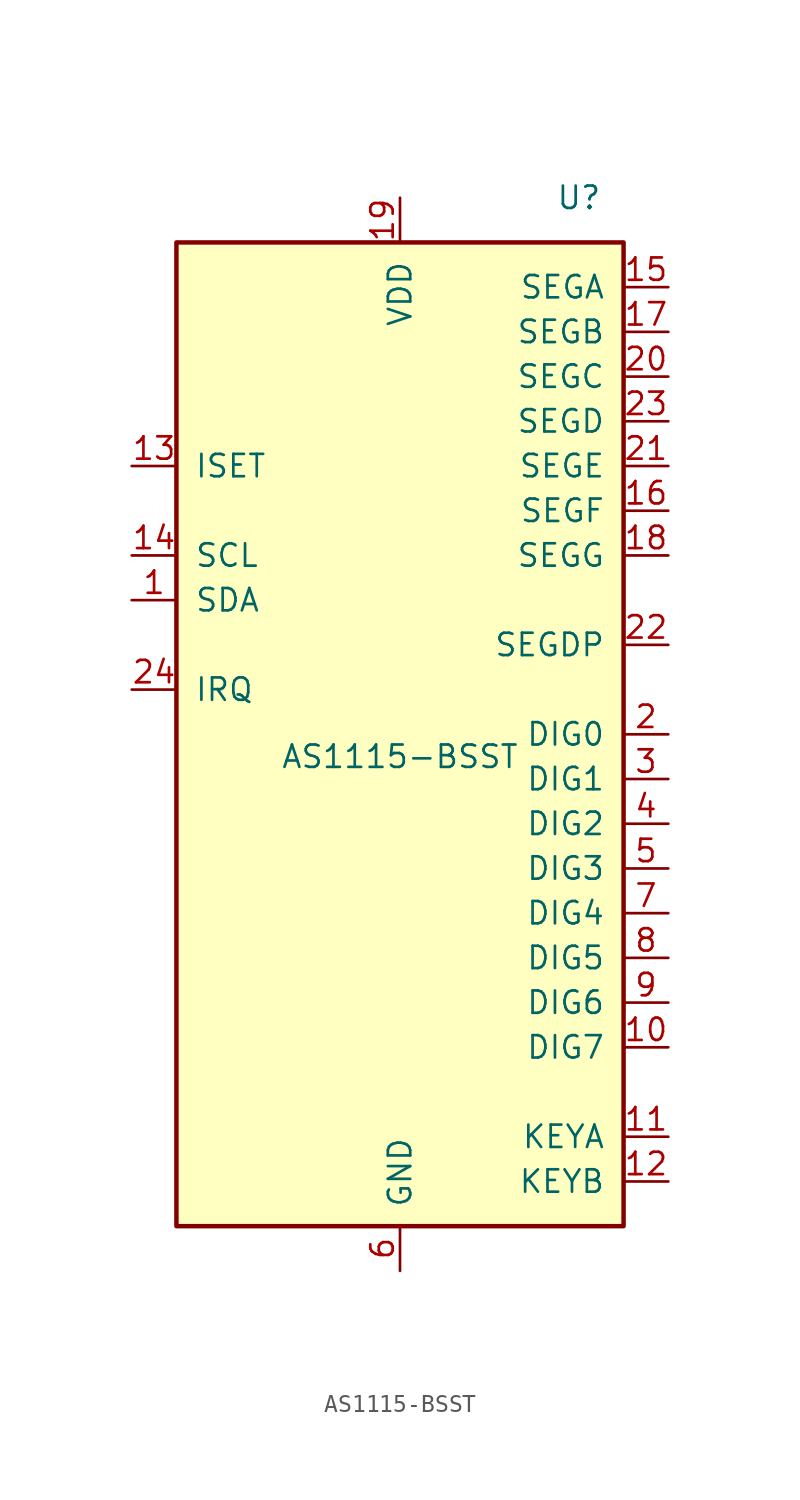
<source format=kicad_sym>
(kicad_symbol_lib
  (version 20211014)
  (generator kicad_symbol_editor)
  (symbol "AS1115-BSST"
    (pin_names
      (offset 1.016))
    (property "Reference" "U"
      (at 10.16 30.48 0)
      (effects (font (size 1.27 1.27))))
    (property "Value" "AS1115-BSST"
      (at 0 -1.27 0)
      (effects (font (size 1.27 1.27))))
    (symbol "AS1115-BSST_1_1"
      (rectangle (start -12.7 27.94) (end 12.7 -27.94) (stroke (width 0.254) (type default) (color 0 0 0 0)) (fill (type background)))
      (pin bidirectional line (at -15.24 7.62 0) (length 2.54) (name "SDA" (effects (font (size 1.27 1.27)))) (number "1" (effects (font (size 1.27 1.27)))))
      (pin open_collector line (at 15.24 -17.78 180) (length 2.54) (name "DIG7" (effects (font (size 1.27 1.27)))) (number "10" (effects (font (size 1.27 1.27)))))
      (pin open_collector line (at 15.24 -22.86 180) (length 2.54) (name "KEYA" (effects (font (size 1.27 1.27)))) (number "11" (effects (font (size 1.27 1.27)))))
      (pin open_collector line (at 15.24 -25.4 180) (length 2.54) (name "KEYB" (effects (font (size 1.27 1.27)))) (number "12" (effects (font (size 1.27 1.27)))))
      (pin passive line (at -15.24 15.24 0) (length 2.54) (name "ISET" (effects (font (size 1.27 1.27)))) (number "13" (effects (font (size 1.27 1.27)))))
      (pin input line (at -15.24 10.16 0) (length 2.54) (name "SCL" (effects (font (size 1.27 1.27)))) (number "14" (effects (font (size 1.27 1.27)))))
      (pin output line (at 15.24 25.4 180) (length 2.54) (name "SEGA" (effects (font (size 1.27 1.27)))) (number "15" (effects (font (size 1.27 1.27)))))
      (pin output line (at 15.24 12.7 180) (length 2.54) (name "SEGF" (effects (font (size 1.27 1.27)))) (number "16" (effects (font (size 1.27 1.27)))))
      (pin output line (at 15.24 22.86 180) (length 2.54) (name "SEGB" (effects (font (size 1.27 1.27)))) (number "17" (effects (font (size 1.27 1.27)))))
      (pin output line (at 15.24 10.16 180) (length 2.54) (name "SEGG" (effects (font (size 1.27 1.27)))) (number "18" (effects (font (size 1.27 1.27)))))
      (pin power_in line (at 0 30.48 270) (length 2.54) (name "VDD" (effects (font (size 1.27 1.27)))) (number "19" (effects (font (size 1.27 1.27)))))
      (pin open_collector line (at 15.24 0 180) (length 2.54) (name "DIG0" (effects (font (size 1.27 1.27)))) (number "2" (effects (font (size 1.27 1.27)))))
      (pin output line (at 15.24 20.32 180) (length 2.54) (name "SEGC" (effects (font (size 1.27 1.27)))) (number "20" (effects (font (size 1.27 1.27)))))
      (pin output line (at 15.24 15.24 180) (length 2.54) (name "SEGE" (effects (font (size 1.27 1.27)))) (number "21" (effects (font (size 1.27 1.27)))))
      (pin output line (at 15.24 5.08 180) (length 2.54) (name "SEGDP" (effects (font (size 1.27 1.27)))) (number "22" (effects (font (size 1.27 1.27)))))
      (pin output line (at 15.24 17.78 180) (length 2.54) (name "SEGD" (effects (font (size 1.27 1.27)))) (number "23" (effects (font (size 1.27 1.27)))))
      (pin open_collector line (at -15.24 2.54 0) (length 2.54) (name "IRQ" (effects (font (size 1.27 1.27)))) (number "24" (effects (font (size 1.27 1.27)))))
      (pin open_collector line (at 15.24 -2.54 180) (length 2.54) (name "DIG1" (effects (font (size 1.27 1.27)))) (number "3" (effects (font (size 1.27 1.27)))))
      (pin open_collector line (at 15.24 -5.08 180) (length 2.54) (name "DIG2" (effects (font (size 1.27 1.27)))) (number "4" (effects (font (size 1.27 1.27)))))
      (pin open_collector line (at 15.24 -7.62 180) (length 2.54) (name "DIG3" (effects (font (size 1.27 1.27)))) (number "5" (effects (font (size 1.27 1.27)))))
      (pin power_in line (at 0 -30.48 90) (length 2.54) (name "GND" (effects (font (size 1.27 1.27)))) (number "6" (effects (font (size 1.27 1.27)))))
      (pin open_collector line (at 15.24 -10.16 180) (length 2.54) (name "DIG4" (effects (font (size 1.27 1.27)))) (number "7" (effects (font (size 1.27 1.27)))))
      (pin open_collector line (at 15.24 -12.7 180) (length 2.54) (name "DIG5" (effects (font (size 1.27 1.27)))) (number "8" (effects (font (size 1.27 1.27)))))
      (pin open_collector line (at 15.24 -15.24 180) (length 2.54) (name "DIG6" (effects (font (size 1.27 1.27)))) (number "9" (effects (font (size 1.27 1.27))))))))
</source>
